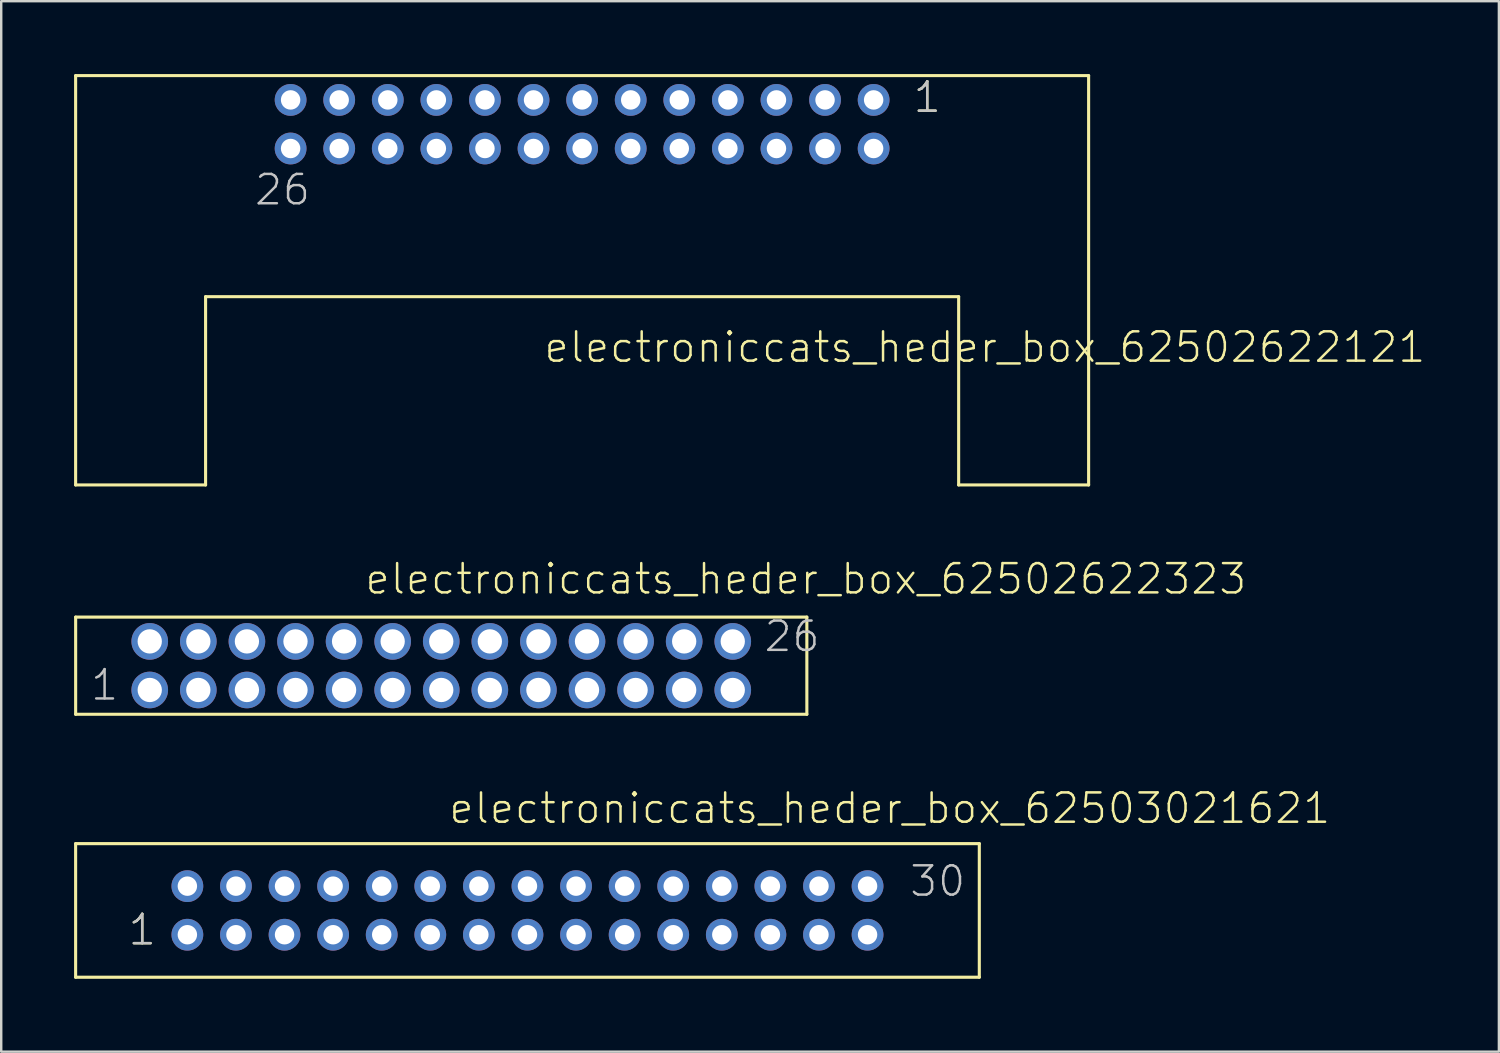
<source format=kicad_pcb>
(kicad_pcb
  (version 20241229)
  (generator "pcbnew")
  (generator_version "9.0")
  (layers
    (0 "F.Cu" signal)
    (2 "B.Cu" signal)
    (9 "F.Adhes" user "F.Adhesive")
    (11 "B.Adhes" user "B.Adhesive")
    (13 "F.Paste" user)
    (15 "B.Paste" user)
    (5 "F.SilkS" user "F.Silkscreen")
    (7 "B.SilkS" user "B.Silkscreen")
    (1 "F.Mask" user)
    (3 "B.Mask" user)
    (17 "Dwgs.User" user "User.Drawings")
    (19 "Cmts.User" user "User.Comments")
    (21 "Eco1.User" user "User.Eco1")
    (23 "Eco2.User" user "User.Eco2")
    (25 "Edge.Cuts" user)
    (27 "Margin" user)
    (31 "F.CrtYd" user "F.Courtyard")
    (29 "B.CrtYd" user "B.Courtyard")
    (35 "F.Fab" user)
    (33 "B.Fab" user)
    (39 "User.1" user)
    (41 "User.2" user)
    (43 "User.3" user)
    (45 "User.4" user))
  (footprint "electroniccats_heder_box_62503021621"
    (layer "F.Cu")
    (at 18.663 34.428)
    (property "Reference" "electroniccats_heder_box_62503021621" (at -3.3 -3.5 0) (layer "F.SilkS") (effects (font (size 1.206 1.206) (thickness 0.102)) (justify left bottom)))
    (attr through_hole)
    (fp_line (start -18.6 -2.75) (end -18.6 2.75) (stroke (width 0.127) (type solid)) (layer "F.SilkS"))
    (fp_line (start -18.6 2.75) (end 18.6 2.75) (stroke (width 0.127) (type solid)) (layer "F.SilkS"))
    (fp_line (start 18.6 -2.75) (end -18.6 -2.75) (stroke (width 0.127) (type solid)) (layer "F.SilkS"))
    (fp_line (start 18.6 2.75) (end 18.6 -2.75) (stroke (width 0.127) (type solid)) (layer "F.SilkS"))
    (fp_text user "1" (at -16.5 1.5 0) (layer "F.SilkS") (effects (font (size 1.206 1.206) (thickness 0.102)) (justify left bottom)))
    (fp_text user "30" (at 15.67 -0.5 0) (layer "Dwgs.User") (effects (font (size 1.206 1.206) (thickness 0.102)) (justify left bottom)))
    (fp_text user "1" (at -16.5 1.5 0) (layer "Dwgs.User") (effects (font (size 1.206 1.206) (thickness 0.102)) (justify left bottom)))
    (pad "1" thru_hole circle (at -14 1) (size 1.308 1.308) (drill 0.8) (layers "*.Cu" "*.Mask"))
    (pad "2" thru_hole circle (at -14 -1) (size 1.308 1.308) (drill 0.8) (layers "*.Cu" "*.Mask"))
    (pad "3" thru_hole circle (at -12 1) (size 1.308 1.308) (drill 0.8) (layers "*.Cu" "*.Mask"))
    (pad "4" thru_hole circle (at -12 -1) (size 1.308 1.308) (drill 0.8) (layers "*.Cu" "*.Mask"))
    (pad "5" thru_hole circle (at -10 1) (size 1.308 1.308) (drill 0.8) (layers "*.Cu" "*.Mask"))
    (pad "6" thru_hole circle (at -10 -1) (size 1.308 1.308) (drill 0.8) (layers "*.Cu" "*.Mask"))
    (pad "7" thru_hole circle (at -8 1) (size 1.308 1.308) (drill 0.8) (layers "*.Cu" "*.Mask"))
    (pad "8" thru_hole circle (at -8 -1) (size 1.308 1.308) (drill 0.8) (layers "*.Cu" "*.Mask"))
    (pad "9" thru_hole circle (at -6 1) (size 1.308 1.308) (drill 0.8) (layers "*.Cu" "*.Mask"))
    (pad "10" thru_hole circle (at -6 -1) (size 1.308 1.308) (drill 0.8) (layers "*.Cu" "*.Mask"))
    (pad "11" thru_hole circle (at -4 1) (size 1.308 1.308) (drill 0.8) (layers "*.Cu" "*.Mask"))
    (pad "12" thru_hole circle (at -4 -1) (size 1.308 1.308) (drill 0.8) (layers "*.Cu" "*.Mask"))
    (pad "13" thru_hole circle (at -2 1) (size 1.308 1.308) (drill 0.8) (layers "*.Cu" "*.Mask"))
    (pad "14" thru_hole circle (at -2 -1) (size 1.308 1.308) (drill 0.8) (layers "*.Cu" "*.Mask"))
    (pad "15" thru_hole circle (at 0 1) (size 1.308 1.308) (drill 0.8) (layers "*.Cu" "*.Mask"))
    (pad "16" thru_hole circle (at 0 -1) (size 1.308 1.308) (drill 0.8) (layers "*.Cu" "*.Mask"))
    (pad "17" thru_hole circle (at 2 1) (size 1.308 1.308) (drill 0.8) (layers "*.Cu" "*.Mask"))
    (pad "18" thru_hole circle (at 2 -1) (size 1.308 1.308) (drill 0.8) (layers "*.Cu" "*.Mask"))
    (pad "19" thru_hole circle (at 4 1) (size 1.308 1.308) (drill 0.8) (layers "*.Cu" "*.Mask"))
    (pad "20" thru_hole circle (at 4 -1) (size 1.308 1.308) (drill 0.8) (layers "*.Cu" "*.Mask"))
    (pad "21" thru_hole circle (at 6 1) (size 1.308 1.308) (drill 0.8) (layers "*.Cu" "*.Mask"))
    (pad "22" thru_hole circle (at 6 -1) (size 1.308 1.308) (drill 0.8) (layers "*.Cu" "*.Mask"))
    (pad "23" thru_hole circle (at 8 1) (size 1.308 1.308) (drill 0.8) (layers "*.Cu" "*.Mask"))
    (pad "24" thru_hole circle (at 8 -1) (size 1.308 1.308) (drill 0.8) (layers "*.Cu" "*.Mask"))
    (pad "25" thru_hole circle (at 10 1) (size 1.308 1.308) (drill 0.8) (layers "*.Cu" "*.Mask"))
    (pad "26" thru_hole circle (at 10 -1) (size 1.308 1.308) (drill 0.8) (layers "*.Cu" "*.Mask"))
    (pad "27" thru_hole circle (at 12 1) (size 1.308 1.308) (drill 0.8) (layers "*.Cu" "*.Mask"))
    (pad "28" thru_hole circle (at 12 -1) (size 1.308 1.308) (drill 0.8) (layers "*.Cu" "*.Mask"))
    (pad "29" thru_hole circle (at 14 1) (size 1.308 1.308) (drill 0.8) (layers "*.Cu" "*.Mask"))
    (pad "30" thru_hole circle (at 14 -1) (size 1.308 1.308) (drill 0.8) (layers "*.Cu" "*.Mask")))
  (footprint "electroniccats_heder_box_62502622121"
    (layer "F.Cu")
    (at 20.913 2.063)
    (property "Reference" "electroniccats_heder_box_62502622121" (at -1.635 9.885 0) (layer "F.SilkS") (effects (font (size 1.206 1.206) (thickness 0.102)) (justify left bottom)))
    (attr through_hole)
    (fp_line (start -20.85 -2) (end -20.85 14.85) (stroke (width 0.127) (type solid)) (layer "F.SilkS"))
    (fp_line (start -20.85 14.85) (end -15.5 14.85) (stroke (width 0.127) (type solid)) (layer "F.SilkS"))
    (fp_line (start -15.5 7.1) (end 15.5 7.1) (stroke (width 0.127) (type solid)) (layer "F.SilkS"))
    (fp_line (start -15.5 14.85) (end -15.5 7.1) (stroke (width 0.127) (type solid)) (layer "F.SilkS"))
    (fp_line (start 15.5 7.1) (end 15.5 14.85) (stroke (width 0.127) (type solid)) (layer "F.SilkS"))
    (fp_line (start 15.5 14.85) (end 20.85 14.85) (stroke (width 0.127) (type solid)) (layer "F.SilkS"))
    (fp_line (start 20.85 -2) (end -20.85 -2) (stroke (width 0.127) (type solid)) (layer "F.SilkS"))
    (fp_line (start 20.85 14.85) (end 20.85 -2) (stroke (width 0.127) (type solid)) (layer "F.SilkS"))
    (fp_text user "1" (at 13.565 -0.405 0) (layer "F.SilkS") (effects (font (size 1.206 1.206) (thickness 0.102)) (justify left bottom)))
    (fp_text user "26" (at -13.55 3.405 0) (layer "Dwgs.User") (effects (font (size 1.206 1.206) (thickness 0.102)) (justify left bottom)))
    (fp_text user "1" (at 13.565 -0.405 0) (layer "Dwgs.User") (effects (font (size 1.206 1.206) (thickness 0.102)) (justify left bottom)))
    (pad "1" thru_hole circle (at 12 -1) (size 1.308 1.308) (drill 0.8) (layers "*.Cu" "*.Mask"))
    (pad "2" thru_hole circle (at 12 1) (size 1.308 1.308) (drill 0.8) (layers "*.Cu" "*.Mask"))
    (pad "3" thru_hole circle (at 10 -1) (size 1.308 1.308) (drill 0.8) (layers "*.Cu" "*.Mask"))
    (pad "4" thru_hole circle (at 10 1) (size 1.308 1.308) (drill 0.8) (layers "*.Cu" "*.Mask"))
    (pad "5" thru_hole circle (at 8 -1) (size 1.308 1.308) (drill 0.8) (layers "*.Cu" "*.Mask"))
    (pad "6" thru_hole circle (at 8 1) (size 1.308 1.308) (drill 0.8) (layers "*.Cu" "*.Mask"))
    (pad "7" thru_hole circle (at 6 -1) (size 1.308 1.308) (drill 0.8) (layers "*.Cu" "*.Mask"))
    (pad "8" thru_hole circle (at 6 1) (size 1.308 1.308) (drill 0.8) (layers "*.Cu" "*.Mask"))
    (pad "9" thru_hole circle (at 4 -1) (size 1.308 1.308) (drill 0.8) (layers "*.Cu" "*.Mask"))
    (pad "10" thru_hole circle (at 4 1) (size 1.308 1.308) (drill 0.8) (layers "*.Cu" "*.Mask"))
    (pad "11" thru_hole circle (at 2 -1) (size 1.308 1.308) (drill 0.8) (layers "*.Cu" "*.Mask"))
    (pad "12" thru_hole circle (at 2 1) (size 1.308 1.308) (drill 0.8) (layers "*.Cu" "*.Mask"))
    (pad "13" thru_hole circle (at 0 -1) (size 1.308 1.308) (drill 0.8) (layers "*.Cu" "*.Mask"))
    (pad "14" thru_hole circle (at 0 1) (size 1.308 1.308) (drill 0.8) (layers "*.Cu" "*.Mask"))
    (pad "15" thru_hole circle (at -2 -1) (size 1.308 1.308) (drill 0.8) (layers "*.Cu" "*.Mask"))
    (pad "16" thru_hole circle (at -2 1) (size 1.308 1.308) (drill 0.8) (layers "*.Cu" "*.Mask"))
    (pad "17" thru_hole circle (at -4 -1) (size 1.308 1.308) (drill 0.8) (layers "*.Cu" "*.Mask"))
    (pad "18" thru_hole circle (at -4 1) (size 1.308 1.308) (drill 0.8) (layers "*.Cu" "*.Mask"))
    (pad "19" thru_hole circle (at -6 -1) (size 1.308 1.308) (drill 0.8) (layers "*.Cu" "*.Mask"))
    (pad "20" thru_hole circle (at -6 1) (size 1.308 1.308) (drill 0.8) (layers "*.Cu" "*.Mask"))
    (pad "21" thru_hole circle (at -8 -1) (size 1.308 1.308) (drill 0.8) (layers "*.Cu" "*.Mask"))
    (pad "22" thru_hole circle (at -8 1) (size 1.308 1.308) (drill 0.8) (layers "*.Cu" "*.Mask"))
    (pad "23" thru_hole circle (at -10 -1) (size 1.308 1.308) (drill 0.8) (layers "*.Cu" "*.Mask"))
    (pad "24" thru_hole circle (at -10 1) (size 1.308 1.308) (drill 0.8) (layers "*.Cu" "*.Mask"))
    (pad "25" thru_hole circle (at -12 -1) (size 1.308 1.308) (drill 0.8) (layers "*.Cu" "*.Mask"))
    (pad "26" thru_hole circle (at -12 1) (size 1.308 1.308) (drill 0.8) (layers "*.Cu" "*.Mask")))
  (footprint "electroniccats_heder_box_62502622323"
    (layer "F.Cu")
    (at 15.114 24.353)
    (property "Reference" "electroniccats_heder_box_62502622323" (at -3.205 -2.865 0) (layer "F.SilkS") (effects (font (size 1.206 1.206) (thickness 0.102)) (justify left bottom)))
    (attr through_hole)
    (fp_line (start -15.05 -2) (end -15.05 2) (stroke (width 0.127) (type solid)) (layer "F.SilkS"))
    (fp_line (start -15.05 2) (end 15.05 2) (stroke (width 0.127) (type solid)) (layer "F.SilkS"))
    (fp_line (start 15.05 -2) (end -15.05 -2) (stroke (width 0.127) (type solid)) (layer "F.SilkS"))
    (fp_line (start 15.05 2) (end 15.05 -2) (stroke (width 0.127) (type solid)) (layer "F.SilkS"))
    (fp_text user "1" (at -14.5 1.5 0) (layer "Dwgs.User") (effects (font (size 1.206 1.206) (thickness 0.102)) (justify left bottom)))
    (fp_text user "26" (at 13.225 -0.5 0) (layer "Dwgs.User") (effects (font (size 1.206 1.206) (thickness 0.102)) (justify left bottom)))
    (pad "1" thru_hole circle (at -12 1) (size 1.508 1.508) (drill 1) (layers "*.Cu" "*.Mask"))
    (pad "2" thru_hole circle (at -12 -1) (size 1.508 1.508) (drill 1) (layers "*.Cu" "*.Mask"))
    (pad "3" thru_hole circle (at -10 1) (size 1.508 1.508) (drill 1) (layers "*.Cu" "*.Mask"))
    (pad "4" thru_hole circle (at -10 -1) (size 1.508 1.508) (drill 1) (layers "*.Cu" "*.Mask"))
    (pad "5" thru_hole circle (at -8 1) (size 1.508 1.508) (drill 1) (layers "*.Cu" "*.Mask"))
    (pad "6" thru_hole circle (at -8 -1) (size 1.508 1.508) (drill 1) (layers "*.Cu" "*.Mask"))
    (pad "7" thru_hole circle (at -6 1) (size 1.508 1.508) (drill 1) (layers "*.Cu" "*.Mask"))
    (pad "8" thru_hole circle (at -6 -1) (size 1.508 1.508) (drill 1) (layers "*.Cu" "*.Mask"))
    (pad "9" thru_hole circle (at -4 1) (size 1.508 1.508) (drill 1) (layers "*.Cu" "*.Mask"))
    (pad "10" thru_hole circle (at -4 -1) (size 1.508 1.508) (drill 1) (layers "*.Cu" "*.Mask"))
    (pad "11" thru_hole circle (at -2 1) (size 1.508 1.508) (drill 1) (layers "*.Cu" "*.Mask"))
    (pad "12" thru_hole circle (at -2 -1) (size 1.508 1.508) (drill 1) (layers "*.Cu" "*.Mask"))
    (pad "13" thru_hole circle (at 0 1) (size 1.508 1.508) (drill 1) (layers "*.Cu" "*.Mask"))
    (pad "14" thru_hole circle (at 0 -1) (size 1.508 1.508) (drill 1) (layers "*.Cu" "*.Mask"))
    (pad "15" thru_hole circle (at 2 1) (size 1.508 1.508) (drill 1) (layers "*.Cu" "*.Mask"))
    (pad "16" thru_hole circle (at 2 -1) (size 1.508 1.508) (drill 1) (layers "*.Cu" "*.Mask"))
    (pad "17" thru_hole circle (at 4 1) (size 1.508 1.508) (drill 1) (layers "*.Cu" "*.Mask"))
    (pad "18" thru_hole circle (at 4 -1) (size 1.508 1.508) (drill 1) (layers "*.Cu" "*.Mask"))
    (pad "19" thru_hole circle (at 6 1) (size 1.508 1.508) (drill 1) (layers "*.Cu" "*.Mask"))
    (pad "20" thru_hole circle (at 6 -1) (size 1.508 1.508) (drill 1) (layers "*.Cu" "*.Mask"))
    (pad "21" thru_hole circle (at 8 1) (size 1.508 1.508) (drill 1) (layers "*.Cu" "*.Mask"))
    (pad "22" thru_hole circle (at 8 -1) (size 1.508 1.508) (drill 1) (layers "*.Cu" "*.Mask"))
    (pad "23" thru_hole circle (at 10 1) (size 1.508 1.508) (drill 1) (layers "*.Cu" "*.Mask"))
    (pad "24" thru_hole circle (at 10 -1) (size 1.508 1.508) (drill 1) (layers "*.Cu" "*.Mask"))
    (pad "25" thru_hole circle (at 12 1) (size 1.508 1.508) (drill 1) (layers "*.Cu" "*.Mask"))
    (pad "26" thru_hole circle (at 12 -1) (size 1.508 1.508) (drill 1) (layers "*.Cu" "*.Mask")))
  (gr_rect
    (start -3 -3)
    (end 58.652 40.242)
    (stroke (width 0.1) (type default))
    (fill no)
    (layer "Edge.Cuts")))
</source>
